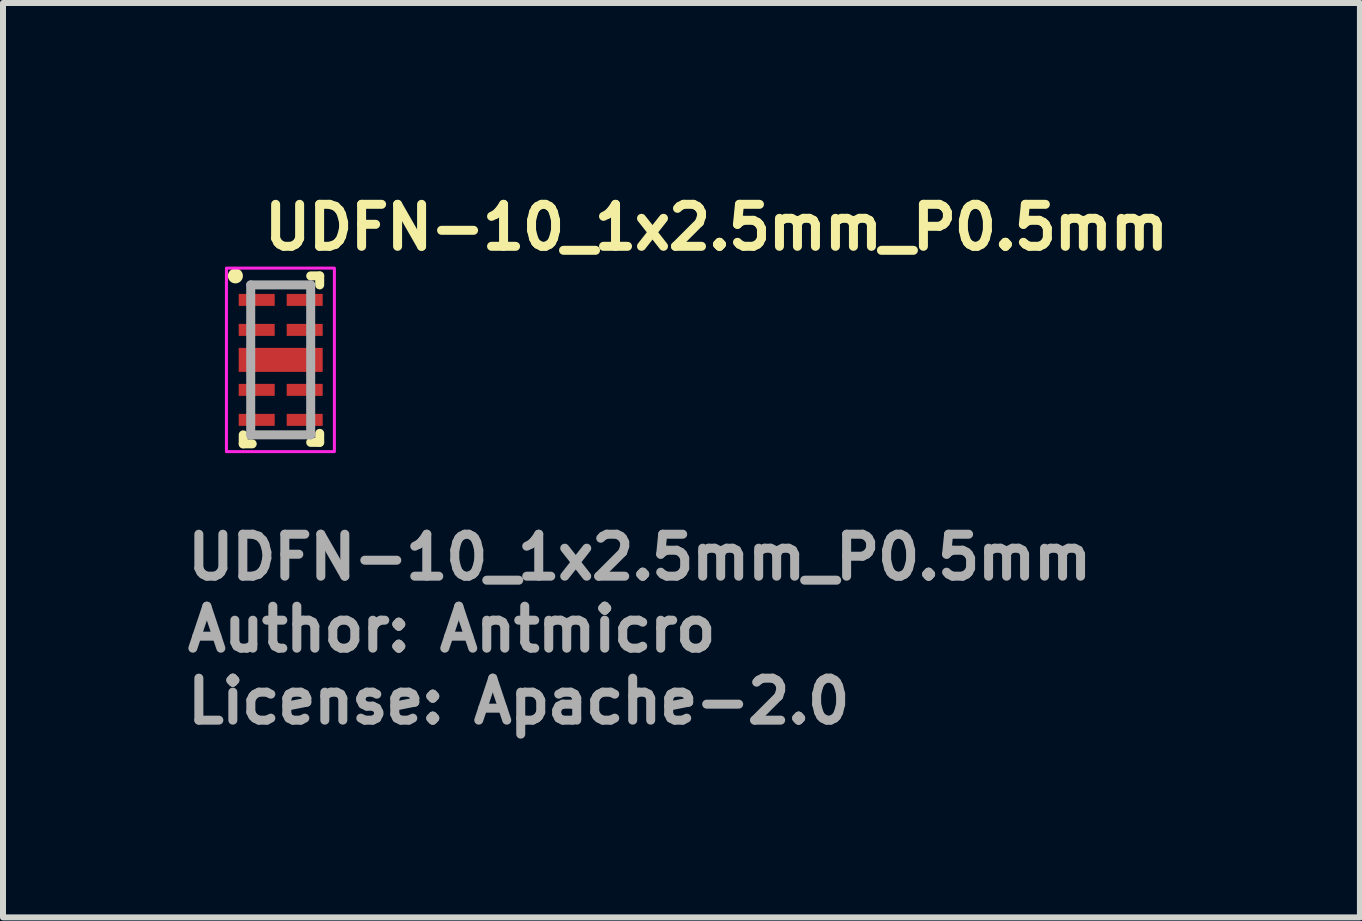
<source format=kicad_pcb>
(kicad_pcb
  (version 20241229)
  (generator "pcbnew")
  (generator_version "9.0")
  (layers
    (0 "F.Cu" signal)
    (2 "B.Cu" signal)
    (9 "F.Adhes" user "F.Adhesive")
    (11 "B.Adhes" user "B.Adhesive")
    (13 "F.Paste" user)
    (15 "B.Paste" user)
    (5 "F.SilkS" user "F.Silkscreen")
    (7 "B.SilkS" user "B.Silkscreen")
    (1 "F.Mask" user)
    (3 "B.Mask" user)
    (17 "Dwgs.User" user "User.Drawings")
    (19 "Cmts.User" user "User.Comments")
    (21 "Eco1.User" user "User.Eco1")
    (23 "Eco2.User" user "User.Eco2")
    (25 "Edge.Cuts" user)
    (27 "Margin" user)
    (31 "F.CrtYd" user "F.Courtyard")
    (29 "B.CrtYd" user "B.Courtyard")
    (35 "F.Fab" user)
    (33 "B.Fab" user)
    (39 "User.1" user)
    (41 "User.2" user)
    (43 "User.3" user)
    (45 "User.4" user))
  (footprint "UDFN-10_1x2.5mm_P0.5mm"
    (layer "F.Cu")
    (at 1.63 2.95)
    (property "Reference" "UDFN-10_1x2.5mm_P0.5mm" (at -0.35 -1.8 0) (layer "F.SilkS") (effects (font (size 0.7 0.7) (thickness 0.15)) (justify left bottom)))
    (attr smd)
    (fp_line (start -0.625 1.4) (end -0.625 1.25) (stroke (width 0.15) (type solid)) (layer "F.SilkS"))
    (fp_line (start -0.625 1.4) (end -0.475 1.4) (stroke (width 0.15) (type solid)) (layer "F.SilkS"))
    (fp_line (start 0.65 -1.4) (end 0.5 -1.4) (stroke (width 0.15) (type solid)) (layer "F.SilkS"))
    (fp_line (start 0.65 -1.4) (end 0.65 -1.25) (stroke (width 0.15) (type solid)) (layer "F.SilkS"))
    (fp_line (start 0.65 1.375) (end 0.5 1.375) (stroke (width 0.15) (type solid)) (layer "F.SilkS"))
    (fp_line (start 0.65 1.375) (end 0.65 1.225) (stroke (width 0.15) (type solid)) (layer "F.SilkS"))
    (fp_circle (center -0.755 -1.4) (end -0.755 -1.35) (stroke (width 0.15) (type solid)) (fill yes) (layer "F.SilkS"))
    (fp_rect (start -0.905 -1.53) (end 0.895 1.53) (stroke (width 0.05) (type solid)) (fill no) (layer "F.CrtYd"))
    (fp_line (start -0.5 -1.25) (end 0.5 -1.25) (stroke (width 0.15) (type solid)) (layer "F.Fab"))
    (fp_line (start -0.5 1.25) (end -0.5 -1.25) (stroke (width 0.15) (type solid)) (layer "F.Fab"))
    (fp_line (start 0.5 -1.25) (end 0.5 1.25) (stroke (width 0.15) (type solid)) (layer "F.Fab"))
    (fp_line (start 0.5 1.25) (end -0.5 1.25) (stroke (width 0.15) (type solid)) (layer "F.Fab"))
    (fp_rect (start -0.53 -1.225) (end 0.52 1.225) (stroke (width 0.1) (type solid)) (fill no) (layer "User.5"))
    (fp_line (start -0.53 -1.07) (end -0.53 -0.92) (stroke (width 0.02) (type solid)) (layer "User.9"))
    (fp_line (start -0.53 -1.07) (end -0.48 -1.07) (stroke (width 0.02) (type solid)) (layer "User.9"))
    (fp_line (start -0.53 -0.92) (end -0.48 -0.92) (stroke (width 0.02) (type solid)) (layer "User.9"))
    (fp_line (start -0.53 -0.57) (end -0.48 -0.57) (stroke (width 0.02) (type solid)) (layer "User.9"))
    (fp_line (start -0.53 -0.42) (end -0.53 -0.57) (stroke (width 0.02) (type solid)) (layer "User.9"))
    (fp_line (start -0.53 -0.42) (end -0.48 -0.42) (stroke (width 0.02) (type solid)) (layer "User.9"))
    (fp_line (start -0.53 -0.1) (end -0.53 0.1) (stroke (width 0.02) (type solid)) (layer "User.9"))
    (fp_line (start -0.53 -0.1) (end -0.48 -0.1) (stroke (width 0.02) (type solid)) (layer "User.9"))
    (fp_line (start -0.53 0.1) (end -0.48 0.1) (stroke (width 0.02) (type solid)) (layer "User.9"))
    (fp_line (start -0.53 0.43) (end -0.53 0.58) (stroke (width 0.02) (type solid)) (layer "User.9"))
    (fp_line (start -0.53 0.43) (end -0.48 0.43) (stroke (width 0.02) (type solid)) (layer "User.9"))
    (fp_line (start -0.53 0.58) (end -0.48 0.58) (stroke (width 0.02) (type solid)) (layer "User.9"))
    (fp_line (start -0.53 0.94) (end -0.48 0.94) (stroke (width 0.02) (type solid)) (layer "User.9"))
    (fp_line (start -0.53 1.09) (end -0.53 0.94) (stroke (width 0.02) (type solid)) (layer "User.9"))
    (fp_line (start -0.53 1.09) (end -0.48 1.09) (stroke (width 0.02) (type solid)) (layer "User.9"))
    (fp_line (start -0.48 -1.225) (end -0.48 -0.57) (stroke (width 0.02) (type solid)) (layer "User.9"))
    (fp_line (start -0.48 -1.225) (end 0.47 -1.225) (stroke (width 0.02) (type solid)) (layer "User.9"))
    (fp_line (start -0.48 -0.42) (end -0.48 -0.1) (stroke (width 0.02) (type solid)) (layer "User.9"))
    (fp_line (start -0.48 0.1) (end -0.48 0.42) (stroke (width 0.02) (type solid)) (layer "User.9"))
    (fp_line (start -0.48 0.57) (end -0.48 0.92) (stroke (width 0.02) (type solid)) (layer "User.9"))
    (fp_line (start -0.48 1.225) (end -0.48 -0.92) (stroke (width 0.02) (type solid)) (layer "User.9"))
    (fp_line (start 0.47 -1.225) (end 0.47 1.225) (stroke (width 0.02) (type solid)) (layer "User.9"))
    (fp_line (start 0.47 -0.57) (end 0.47 -0.92) (stroke (width 0.02) (type solid)) (layer "User.9"))
    (fp_line (start 0.47 -0.1) (end 0.47 -0.42) (stroke (width 0.02) (type solid)) (layer "User.9"))
    (fp_line (start 0.47 0.42) (end 0.47 0.1) (stroke (width 0.02) (type solid)) (layer "User.9"))
    (fp_line (start 0.47 0.92) (end 0.47 0.57) (stroke (width 0.02) (type solid)) (layer "User.9"))
    (fp_line (start 0.47 1.225) (end -0.48 1.225) (stroke (width 0.02) (type solid)) (layer "User.9"))
    (fp_line (start 0.52 -1.07) (end 0.47 -1.07) (stroke (width 0.02) (type solid)) (layer "User.9"))
    (fp_line (start 0.52 -1.07) (end 0.52 -0.92) (stroke (width 0.02) (type solid)) (layer "User.9"))
    (fp_line (start 0.52 -0.92) (end 0.47 -0.92) (stroke (width 0.02) (type solid)) (layer "User.9"))
    (fp_line (start 0.52 -0.57) (end 0.47 -0.57) (stroke (width 0.02) (type solid)) (layer "User.9"))
    (fp_line (start 0.52 -0.42) (end 0.47 -0.42) (stroke (width 0.02) (type solid)) (layer "User.9"))
    (fp_line (start 0.52 -0.42) (end 0.52 -0.57) (stroke (width 0.02) (type solid)) (layer "User.9"))
    (fp_line (start 0.52 -0.1) (end 0.47 -0.1) (stroke (width 0.02) (type solid)) (layer "User.9"))
    (fp_line (start 0.52 -0.1) (end 0.52 0.1) (stroke (width 0.02) (type solid)) (layer "User.9"))
    (fp_line (start 0.52 0.1) (end 0.47 0.1) (stroke (width 0.02) (type solid)) (layer "User.9"))
    (fp_line (start 0.52 0.42) (end 0.47 0.42) (stroke (width 0.02) (type solid)) (layer "User.9"))
    (fp_line (start 0.52 0.42) (end 0.52 0.57) (stroke (width 0.02) (type solid)) (layer "User.9"))
    (fp_line (start 0.52 0.57) (end 0.47 0.57) (stroke (width 0.02) (type solid)) (layer "User.9"))
    (fp_line (start 0.52 0.93) (end 0.47 0.93) (stroke (width 0.02) (type solid)) (layer "User.9"))
    (fp_line (start 0.52 1.08) (end 0.47 1.08) (stroke (width 0.02) (type solid)) (layer "User.9"))
    (fp_line (start 0.52 1.08) (end 0.52 0.93) (stroke (width 0.02) (type solid)) (layer "User.9"))
    (fp_circle (center -0.305 -1.05) (end -0.245 -1.05) (stroke (width 0.015) (type default)) (fill no) (layer "User.9"))
    (fp_text user "${REFERENCE}" (at -1.63 3.7 0) (layer "F.Fab") (effects (font (size 0.7 0.7) (thickness 0.15)) (justify left bottom)))
    (fp_text user "Author: Antmicro" (at -1.63 4.9 0) (layer "F.Fab") (effects (font (size 0.7 0.7) (thickness 0.15)) (justify left bottom)))
    (fp_text user "License: Apache-2.0" (at -1.63 6.1 0) (layer "F.Fab") (effects (font (size 0.7 0.7) (thickness 0.15)) (justify left bottom)))
    (pad "1" smd rect (at -0.4 -1 270) (size 0.2 0.6) (layers "F.Cu" "F.Mask" "F.Paste"))
    (pad "2" smd rect (at -0.4 -0.5 270) (size 0.2 0.6) (layers "F.Cu" "F.Mask" "F.Paste"))
    (pad "3" smd rect (at 0 0 270) (size 0.4 1.4) (layers "F.Cu" "F.Mask" "F.Paste"))
    (pad "4" smd rect (at -0.4 0.5 270) (size 0.2 0.6) (layers "F.Cu" "F.Mask" "F.Paste"))
    (pad "5" smd rect (at -0.4 1 270) (size 0.2 0.6) (layers "F.Cu" "F.Mask" "F.Paste"))
    (pad "6" smd rect (at 0.4 1 270) (size 0.2 0.6) (layers "F.Cu" "F.Mask" "F.Paste"))
    (pad "7" smd rect (at 0.4 0.5 270) (size 0.2 0.6) (layers "F.Cu" "F.Mask" "F.Paste"))
    (pad "9" smd rect (at 0.4 -0.5 270) (size 0.2 0.6) (layers "F.Cu" "F.Mask" "F.Paste"))
    (pad "10" smd rect (at 0.4 -1 270) (size 0.2 0.6) (layers "F.Cu" "F.Mask" "F.Paste")))
  (gr_rect
    (start -3 -3)
    (end 19.623 12.245)
    (stroke (width 0.1) (type default))
    (fill no)
    (layer "Edge.Cuts")))
</source>
